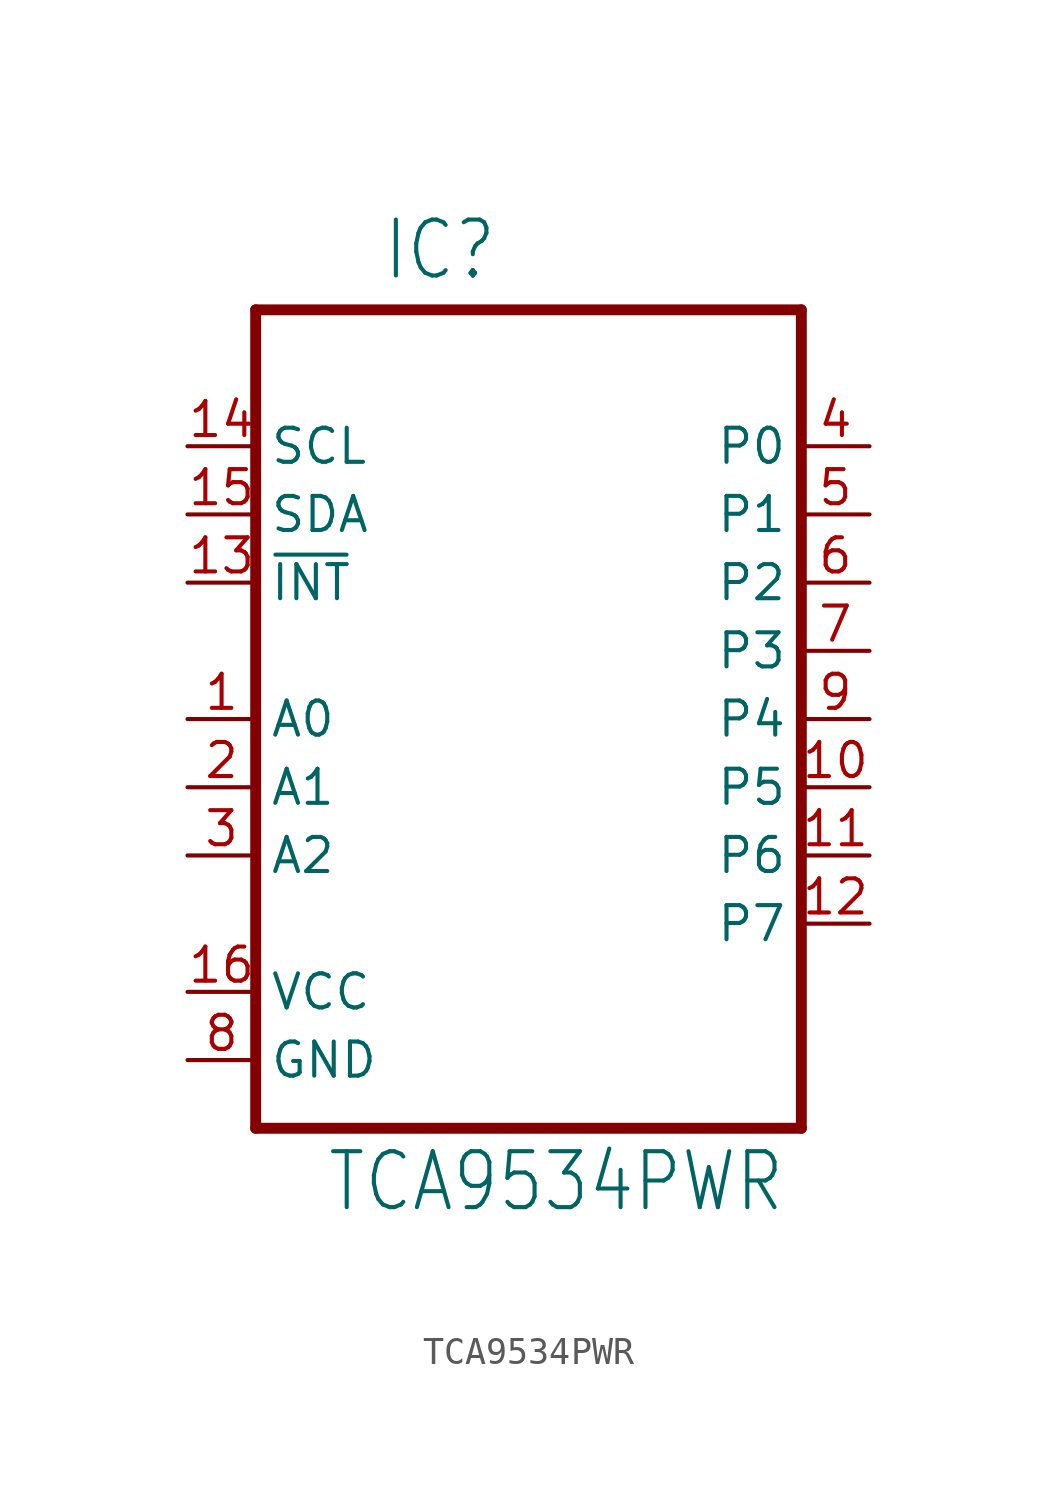
<source format=kicad_sym>
(kicad_symbol_lib
  (version 20211014)
  (generator kicad_symbol_editor)
  (symbol "TCA9534PWR"
    (property "Reference" "IC"
      (at -5.461 16.256 0)
      (effects (font (size 2.083 1.77)) (justify left bottom)))
    (property "Value" "TCA9534PWR"
      (at -7.544 -18.44 0)
      (effects (font (size 2.083 1.77)) (justify left bottom)))
    (property "ki_locked" ""
      (at 0 0 0)
      (effects (font (size 1.27 1.27))))
    (symbol "TCA9534PWR_1_0"
      (polyline (pts (xy -10.16 -15.24) (xy 10.16 -15.24)) (stroke (width 0.406) (type default) (color 0 0 0 0)) (fill (type none)))
      (polyline (pts (xy -10.16 15.24) (xy -10.16 -15.24)) (stroke (width 0.406) (type default) (color 0 0 0 0)) (fill (type none)))
      (polyline (pts (xy 10.16 -15.24) (xy 10.16 15.24)) (stroke (width 0.406) (type default) (color 0 0 0 0)) (fill (type none)))
      (polyline (pts (xy 10.16 15.24) (xy -10.16 15.24)) (stroke (width 0.406) (type default) (color 0 0 0 0)) (fill (type none)))
      (pin input line (at -12.7 0 0) (length 2.54) (name "A0" (effects (font (size 1.27 1.27)))) (number "1" (effects (font (size 1.27 1.27)))))
      (pin bidirectional line (at 12.7 -2.54 180) (length 2.54) (name "P5" (effects (font (size 1.27 1.27)))) (number "10" (effects (font (size 1.27 1.27)))))
      (pin bidirectional line (at 12.7 -5.08 180) (length 2.54) (name "P6" (effects (font (size 1.27 1.27)))) (number "11" (effects (font (size 1.27 1.27)))))
      (pin bidirectional line (at 12.7 -7.62 180) (length 2.54) (name "P7" (effects (font (size 1.27 1.27)))) (number "12" (effects (font (size 1.27 1.27)))))
      (pin output line (at -12.7 5.08 0) (length 2.54) (name "~{INT}" (effects (font (size 1.27 1.27)))) (number "13" (effects (font (size 1.27 1.27)))))
      (pin input line (at -12.7 10.16 0) (length 2.54) (name "SCL" (effects (font (size 1.27 1.27)))) (number "14" (effects (font (size 1.27 1.27)))))
      (pin bidirectional line (at -12.7 7.62 0) (length 2.54) (name "SDA" (effects (font (size 1.27 1.27)))) (number "15" (effects (font (size 1.27 1.27)))))
      (pin passive line (at -12.7 -10.16 0) (length 2.54) (name "VCC" (effects (font (size 1.27 1.27)))) (number "16" (effects (font (size 1.27 1.27)))))
      (pin input line (at -12.7 -2.54 0) (length 2.54) (name "A1" (effects (font (size 1.27 1.27)))) (number "2" (effects (font (size 1.27 1.27)))))
      (pin input line (at -12.7 -5.08 0) (length 2.54) (name "A2" (effects (font (size 1.27 1.27)))) (number "3" (effects (font (size 1.27 1.27)))))
      (pin bidirectional line (at 12.7 10.16 180) (length 2.54) (name "P0" (effects (font (size 1.27 1.27)))) (number "4" (effects (font (size 1.27 1.27)))))
      (pin bidirectional line (at 12.7 7.62 180) (length 2.54) (name "P1" (effects (font (size 1.27 1.27)))) (number "5" (effects (font (size 1.27 1.27)))))
      (pin bidirectional line (at 12.7 5.08 180) (length 2.54) (name "P2" (effects (font (size 1.27 1.27)))) (number "6" (effects (font (size 1.27 1.27)))))
      (pin bidirectional line (at 12.7 2.54 180) (length 2.54) (name "P3" (effects (font (size 1.27 1.27)))) (number "7" (effects (font (size 1.27 1.27)))))
      (pin passive line (at -12.7 -12.7 0) (length 2.54) (name "GND" (effects (font (size 1.27 1.27)))) (number "8" (effects (font (size 1.27 1.27)))))
      (pin bidirectional line (at 12.7 0 180) (length 2.54) (name "P4" (effects (font (size 1.27 1.27)))) (number "9" (effects (font (size 1.27 1.27))))))))
</source>
